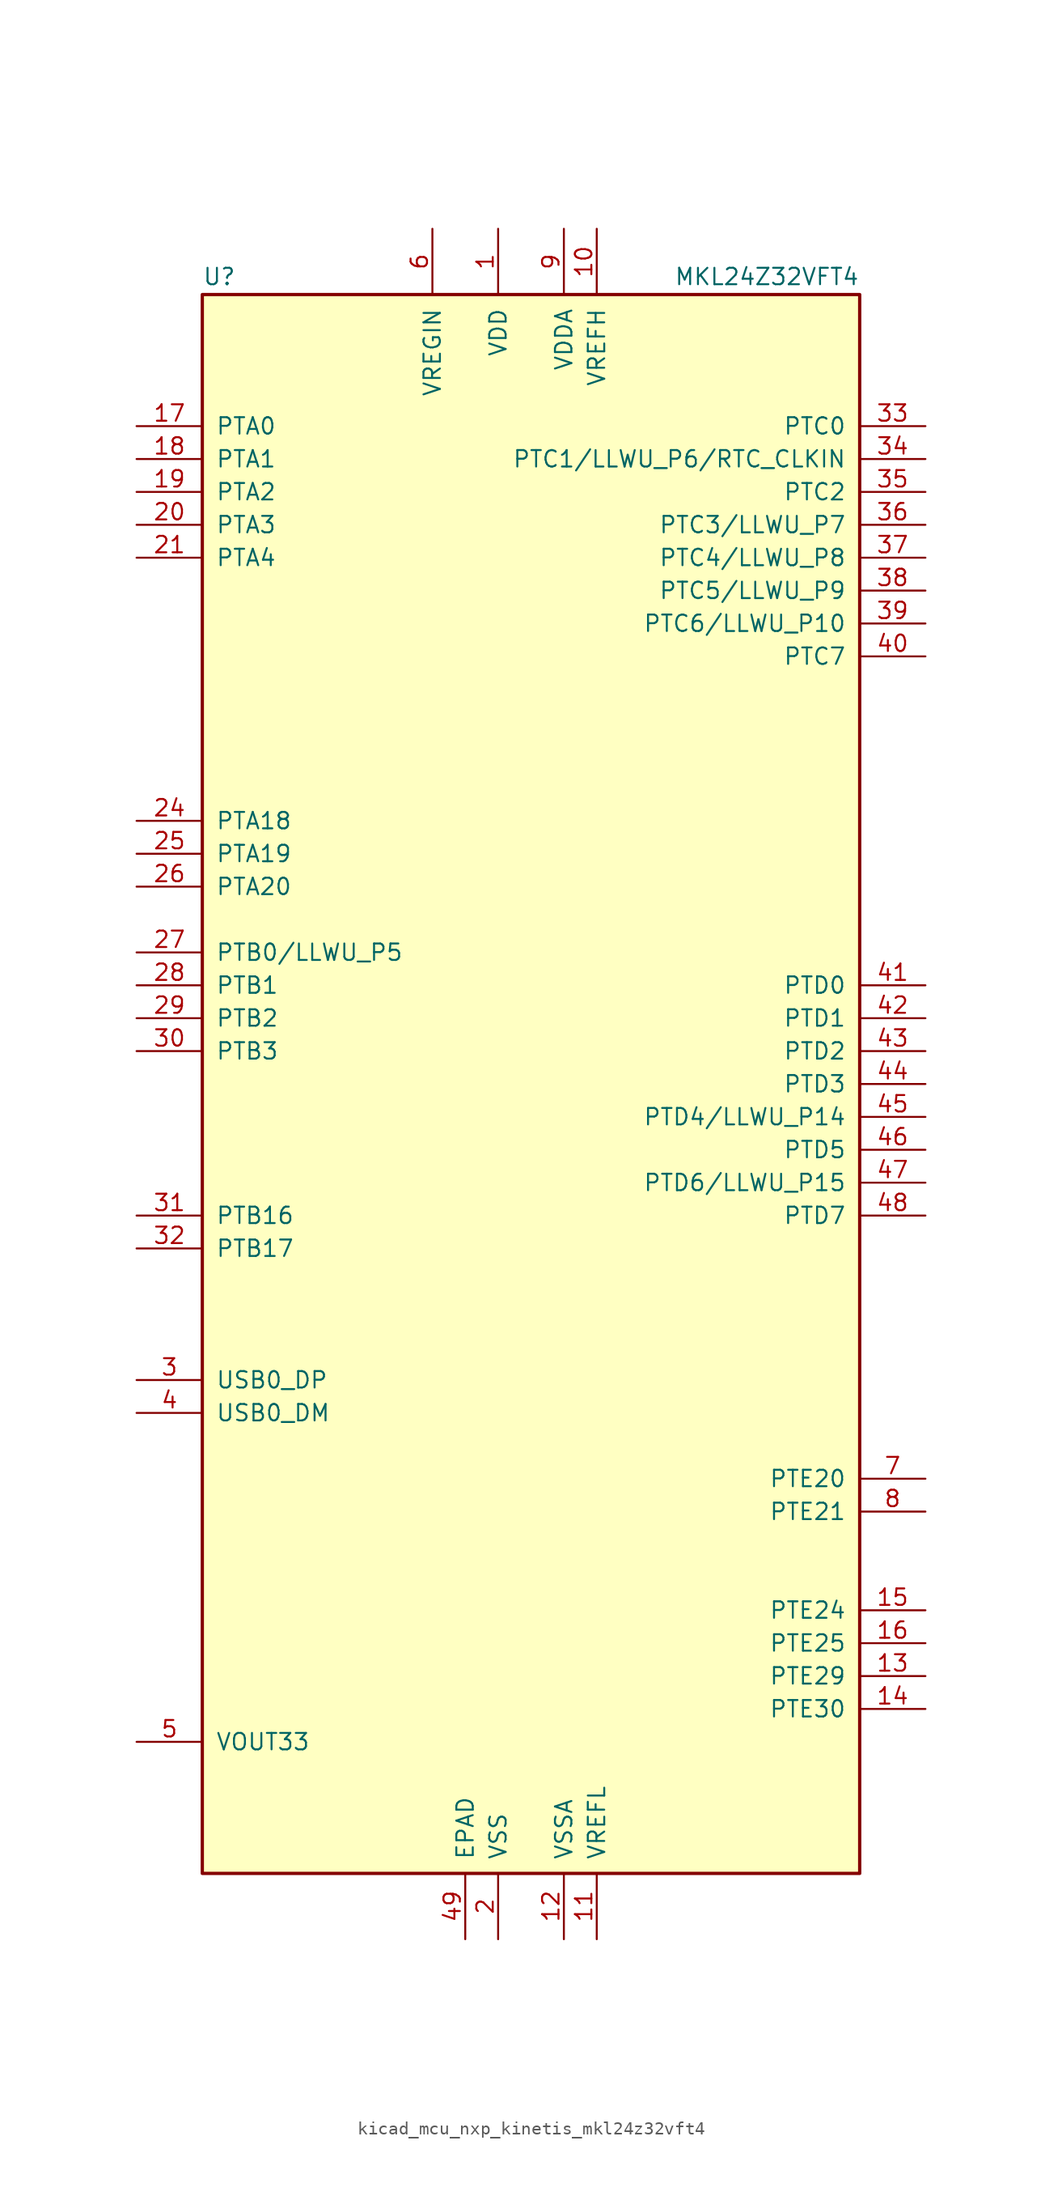
<source format=kicad_sym>
(kicad_symbol_lib
  (version 20220914)
  (generator kicad_symbol_editor)
  (symbol "kicad_mcu_nxp_kinetis_mkl24z32vft4"
    (pin_names
      (offset 1.016))
    (property "Reference" "U"
      (at -25.4 61.595 0)
      (effects (font (size 1.27 1.27)) (justify left bottom)))
    (property "Value" "MKL24Z32VFT4"
      (at 25.4 61.595 0)
      (effects (font (size 1.27 1.27)) (justify right bottom)))
    (symbol "kicad_mcu_nxp_kinetis_mkl24z32vft4_0_1"
      (rectangle (start -25.4 60.96) (end 25.4 -60.96) (stroke (width 0.254) (type default)) (fill (type background))))
    (symbol "kicad_mcu_nxp_kinetis_mkl24z32vft4_1_1"
      (pin power_in line (at -2.54 66.04 270) (length 5.08) (name "VDD" (effects (font (size 1.27 1.27)))) (number "1" (effects (font (size 1.27 1.27)))))
      (pin power_in line (at 5.08 66.04 270) (length 5.08) (name "VREFH" (effects (font (size 1.27 1.27)))) (number "10" (effects (font (size 1.27 1.27)))))
      (pin power_in line (at 5.08 -66.04 90) (length 5.08) (name "VREFL" (effects (font (size 1.27 1.27)))) (number "11" (effects (font (size 1.27 1.27)))))
      (pin power_in line (at 2.54 -66.04 90) (length 5.08) (name "VSSA" (effects (font (size 1.27 1.27)))) (number "12" (effects (font (size 1.27 1.27)))))
      (pin bidirectional line (at 30.48 -45.72 180) (length 5.08) (name "PTE29" (effects (font (size 1.27 1.27)))) (number "13" (effects (font (size 1.27 1.27)))))
      (pin bidirectional line (at 30.48 -48.26 180) (length 5.08) (name "PTE30" (effects (font (size 1.27 1.27)))) (number "14" (effects (font (size 1.27 1.27)))))
      (pin bidirectional line (at 30.48 -40.64 180) (length 5.08) (name "PTE24" (effects (font (size 1.27 1.27)))) (number "15" (effects (font (size 1.27 1.27)))))
      (pin bidirectional line (at 30.48 -43.18 180) (length 5.08) (name "PTE25" (effects (font (size 1.27 1.27)))) (number "16" (effects (font (size 1.27 1.27)))))
      (pin bidirectional line (at -30.48 50.8 0) (length 5.08) (name "PTA0" (effects (font (size 1.27 1.27)))) (number "17" (effects (font (size 1.27 1.27)))))
      (pin bidirectional line (at -30.48 48.26 0) (length 5.08) (name "PTA1" (effects (font (size 1.27 1.27)))) (number "18" (effects (font (size 1.27 1.27)))))
      (pin bidirectional line (at -30.48 45.72 0) (length 5.08) (name "PTA2" (effects (font (size 1.27 1.27)))) (number "19" (effects (font (size 1.27 1.27)))))
      (pin power_in line (at -2.54 -66.04 90) (length 5.08) (name "VSS" (effects (font (size 1.27 1.27)))) (number "2" (effects (font (size 1.27 1.27)))))
      (pin bidirectional line (at -30.48 43.18 0) (length 5.08) (name "PTA3" (effects (font (size 1.27 1.27)))) (number "20" (effects (font (size 1.27 1.27)))))
      (pin bidirectional line (at -30.48 40.64 0) (length 5.08) (name "PTA4" (effects (font (size 1.27 1.27)))) (number "21" (effects (font (size 1.27 1.27)))))
      (pin passive line (at -2.54 66.04 270) (length 5.08) hide (name "VDD" (effects (font (size 1.27 1.27)))) (number "22" (effects (font (size 1.27 1.27)))))
      (pin passive line (at -2.54 -66.04 90) (length 5.08) hide (name "VSS" (effects (font (size 1.27 1.27)))) (number "23" (effects (font (size 1.27 1.27)))))
      (pin bidirectional line (at -30.48 20.32 0) (length 5.08) (name "PTA18" (effects (font (size 1.27 1.27)))) (number "24" (effects (font (size 1.27 1.27)))))
      (pin bidirectional line (at -30.48 17.78 0) (length 5.08) (name "PTA19" (effects (font (size 1.27 1.27)))) (number "25" (effects (font (size 1.27 1.27)))))
      (pin bidirectional line (at -30.48 15.24 0) (length 5.08) (name "PTA20" (effects (font (size 1.27 1.27)))) (number "26" (effects (font (size 1.27 1.27)))))
      (pin bidirectional line (at -30.48 10.16 0) (length 5.08) (name "PTB0/LLWU_P5" (effects (font (size 1.27 1.27)))) (number "27" (effects (font (size 1.27 1.27)))))
      (pin bidirectional line (at -30.48 7.62 0) (length 5.08) (name "PTB1" (effects (font (size 1.27 1.27)))) (number "28" (effects (font (size 1.27 1.27)))))
      (pin bidirectional line (at -30.48 5.08 0) (length 5.08) (name "PTB2" (effects (font (size 1.27 1.27)))) (number "29" (effects (font (size 1.27 1.27)))))
      (pin bidirectional line (at -30.48 -22.86 0) (length 5.08) (name "USB0_DP" (effects (font (size 1.27 1.27)))) (number "3" (effects (font (size 1.27 1.27)))))
      (pin bidirectional line (at -30.48 2.54 0) (length 5.08) (name "PTB3" (effects (font (size 1.27 1.27)))) (number "30" (effects (font (size 1.27 1.27)))))
      (pin bidirectional line (at -30.48 -10.16 0) (length 5.08) (name "PTB16" (effects (font (size 1.27 1.27)))) (number "31" (effects (font (size 1.27 1.27)))))
      (pin bidirectional line (at -30.48 -12.7 0) (length 5.08) (name "PTB17" (effects (font (size 1.27 1.27)))) (number "32" (effects (font (size 1.27 1.27)))))
      (pin bidirectional line (at 30.48 50.8 180) (length 5.08) (name "PTC0" (effects (font (size 1.27 1.27)))) (number "33" (effects (font (size 1.27 1.27)))))
      (pin bidirectional line (at 30.48 48.26 180) (length 5.08) (name "PTC1/LLWU_P6/RTC_CLKIN" (effects (font (size 1.27 1.27)))) (number "34" (effects (font (size 1.27 1.27)))))
      (pin bidirectional line (at 30.48 45.72 180) (length 5.08) (name "PTC2" (effects (font (size 1.27 1.27)))) (number "35" (effects (font (size 1.27 1.27)))))
      (pin bidirectional line (at 30.48 43.18 180) (length 5.08) (name "PTC3/LLWU_P7" (effects (font (size 1.27 1.27)))) (number "36" (effects (font (size 1.27 1.27)))))
      (pin bidirectional line (at 30.48 40.64 180) (length 5.08) (name "PTC4/LLWU_P8" (effects (font (size 1.27 1.27)))) (number "37" (effects (font (size 1.27 1.27)))))
      (pin bidirectional line (at 30.48 38.1 180) (length 5.08) (name "PTC5/LLWU_P9" (effects (font (size 1.27 1.27)))) (number "38" (effects (font (size 1.27 1.27)))))
      (pin bidirectional line (at 30.48 35.56 180) (length 5.08) (name "PTC6/LLWU_P10" (effects (font (size 1.27 1.27)))) (number "39" (effects (font (size 1.27 1.27)))))
      (pin bidirectional line (at -30.48 -25.4 0) (length 5.08) (name "USB0_DM" (effects (font (size 1.27 1.27)))) (number "4" (effects (font (size 1.27 1.27)))))
      (pin bidirectional line (at 30.48 33.02 180) (length 5.08) (name "PTC7" (effects (font (size 1.27 1.27)))) (number "40" (effects (font (size 1.27 1.27)))))
      (pin bidirectional line (at 30.48 7.62 180) (length 5.08) (name "PTD0" (effects (font (size 1.27 1.27)))) (number "41" (effects (font (size 1.27 1.27)))))
      (pin bidirectional line (at 30.48 5.08 180) (length 5.08) (name "PTD1" (effects (font (size 1.27 1.27)))) (number "42" (effects (font (size 1.27 1.27)))))
      (pin bidirectional line (at 30.48 2.54 180) (length 5.08) (name "PTD2" (effects (font (size 1.27 1.27)))) (number "43" (effects (font (size 1.27 1.27)))))
      (pin bidirectional line (at 30.48 0 180) (length 5.08) (name "PTD3" (effects (font (size 1.27 1.27)))) (number "44" (effects (font (size 1.27 1.27)))))
      (pin bidirectional line (at 30.48 -2.54 180) (length 5.08) (name "PTD4/LLWU_P14" (effects (font (size 1.27 1.27)))) (number "45" (effects (font (size 1.27 1.27)))))
      (pin bidirectional line (at 30.48 -5.08 180) (length 5.08) (name "PTD5" (effects (font (size 1.27 1.27)))) (number "46" (effects (font (size 1.27 1.27)))))
      (pin bidirectional line (at 30.48 -7.62 180) (length 5.08) (name "PTD6/LLWU_P15" (effects (font (size 1.27 1.27)))) (number "47" (effects (font (size 1.27 1.27)))))
      (pin bidirectional line (at 30.48 -10.16 180) (length 5.08) (name "PTD7" (effects (font (size 1.27 1.27)))) (number "48" (effects (font (size 1.27 1.27)))))
      (pin power_in line (at -5.08 -66.04 90) (length 5.08) (name "EPAD" (effects (font (size 1.27 1.27)))) (number "49" (effects (font (size 1.27 1.27)))))
      (pin power_out line (at -30.48 -50.8 0) (length 5.08) (name "VOUT33" (effects (font (size 1.27 1.27)))) (number "5" (effects (font (size 1.27 1.27)))))
      (pin power_in line (at -7.62 66.04 270) (length 5.08) (name "VREGIN" (effects (font (size 1.27 1.27)))) (number "6" (effects (font (size 1.27 1.27)))))
      (pin bidirectional line (at 30.48 -30.48 180) (length 5.08) (name "PTE20" (effects (font (size 1.27 1.27)))) (number "7" (effects (font (size 1.27 1.27)))))
      (pin bidirectional line (at 30.48 -33.02 180) (length 5.08) (name "PTE21" (effects (font (size 1.27 1.27)))) (number "8" (effects (font (size 1.27 1.27)))))
      (pin power_in line (at 2.54 66.04 270) (length 5.08) (name "VDDA" (effects (font (size 1.27 1.27)))) (number "9" (effects (font (size 1.27 1.27))))))))
</source>
